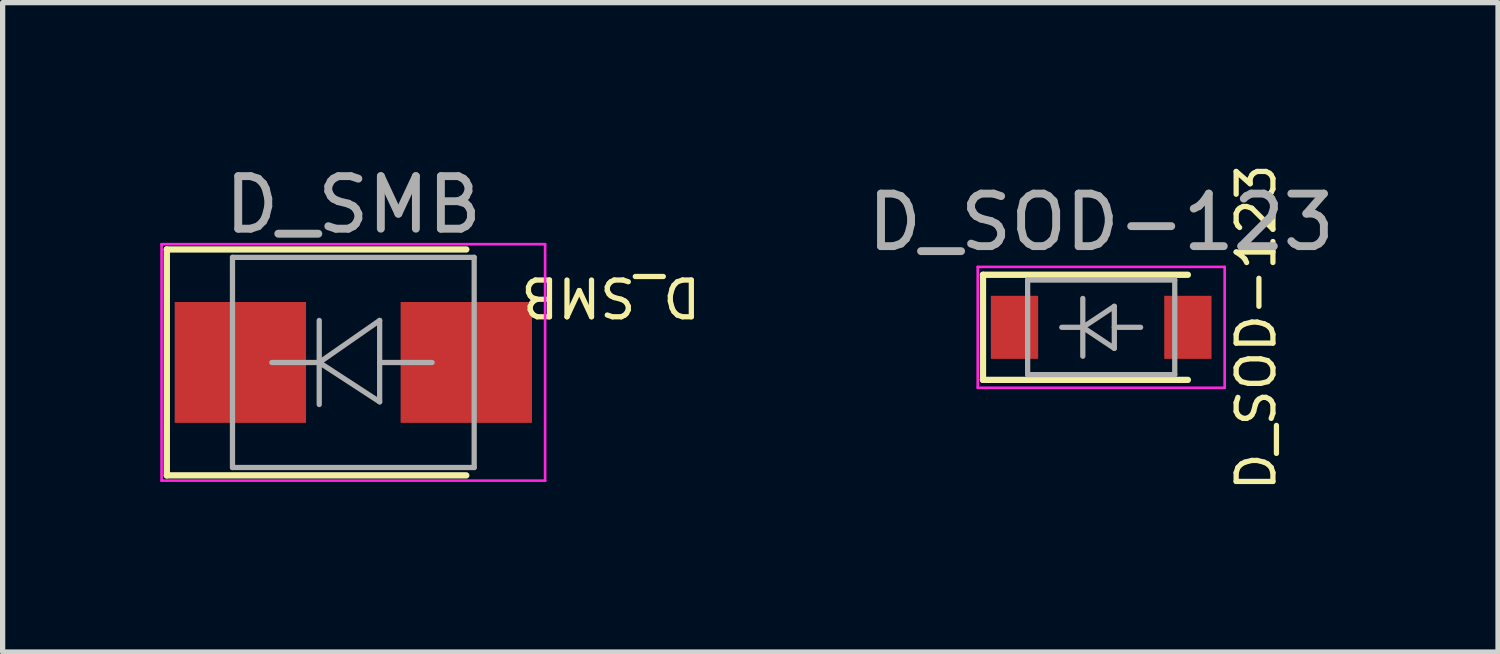
<source format=kicad_pcb>
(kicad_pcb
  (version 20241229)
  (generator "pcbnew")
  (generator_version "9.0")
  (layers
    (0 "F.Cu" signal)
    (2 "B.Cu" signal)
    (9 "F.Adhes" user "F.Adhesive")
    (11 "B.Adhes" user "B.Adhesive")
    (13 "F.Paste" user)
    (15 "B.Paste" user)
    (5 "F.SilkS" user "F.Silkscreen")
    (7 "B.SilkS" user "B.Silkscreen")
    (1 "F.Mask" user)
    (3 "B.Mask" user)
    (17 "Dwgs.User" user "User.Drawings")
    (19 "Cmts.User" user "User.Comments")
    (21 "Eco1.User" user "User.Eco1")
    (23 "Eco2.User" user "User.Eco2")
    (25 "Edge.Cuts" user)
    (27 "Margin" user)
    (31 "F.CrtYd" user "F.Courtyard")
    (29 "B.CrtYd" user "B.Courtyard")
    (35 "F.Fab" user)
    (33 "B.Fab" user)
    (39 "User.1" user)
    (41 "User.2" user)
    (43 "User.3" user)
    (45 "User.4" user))
  (footprint "D_SOD-123"
    (layer "F.Cu")
    (at 17.909 3.18)
    (property "Reference" "D_SOD-123" (at 2.95 0 90) (unlocked yes) (layer "F.SilkS") (effects (font (size 0.7 0.7) (thickness 0.1))))
    (attr smd)
    (fp_line (start -2.25 -1) (end -2.25 1) (stroke (width 0.12) (type solid)) (layer "F.SilkS"))
    (fp_line (start -2.25 -1) (end 1.65 -1) (stroke (width 0.12) (type solid)) (layer "F.SilkS"))
    (fp_line (start -2.25 1) (end 1.65 1) (stroke (width 0.12) (type solid)) (layer "F.SilkS"))
    (fp_line (start -2.35 -1.15) (end -2.35 1.15) (stroke (width 0.05) (type solid)) (layer "F.CrtYd"))
    (fp_line (start -2.35 -1.15) (end 2.35 -1.15) (stroke (width 0.05) (type solid)) (layer "F.CrtYd"))
    (fp_line (start 2.35 -1.15) (end 2.35 1.15) (stroke (width 0.05) (type solid)) (layer "F.CrtYd"))
    (fp_line (start 2.35 1.15) (end -2.35 1.15) (stroke (width 0.05) (type solid)) (layer "F.CrtYd"))
    (fp_line (start -1.4 -0.9) (end 1.4 -0.9) (stroke (width 0.1) (type solid)) (layer "F.Fab"))
    (fp_line (start -1.4 0.9) (end -1.4 -0.9) (stroke (width 0.1) (type solid)) (layer "F.Fab"))
    (fp_line (start -0.75 0) (end -0.35 0) (stroke (width 0.1) (type solid)) (layer "F.Fab"))
    (fp_line (start -0.35 0) (end -0.35 -0.55) (stroke (width 0.1) (type solid)) (layer "F.Fab"))
    (fp_line (start -0.35 0) (end -0.35 0.55) (stroke (width 0.1) (type solid)) (layer "F.Fab"))
    (fp_line (start -0.35 0) (end 0.25 -0.4) (stroke (width 0.1) (type solid)) (layer "F.Fab"))
    (fp_line (start 0.25 -0.4) (end 0.25 0.4) (stroke (width 0.1) (type solid)) (layer "F.Fab"))
    (fp_line (start 0.25 0) (end 0.75 0) (stroke (width 0.1) (type solid)) (layer "F.Fab"))
    (fp_line (start 0.25 0.4) (end -0.35 0) (stroke (width 0.1) (type solid)) (layer "F.Fab"))
    (fp_line (start 1.4 -0.9) (end 1.4 0.9) (stroke (width 0.1) (type solid)) (layer "F.Fab"))
    (fp_line (start 1.4 0.9) (end -1.4 0.9) (stroke (width 0.1) (type solid)) (layer "F.Fab"))
    (fp_text user "${REFERENCE}" (at 0 -2 180) (layer "F.Fab") (effects (font (size 1 1) (thickness 0.15))))
    (pad "1" smd rect (at -1.65 0) (size 0.9 1.2) (layers "F.Cu" "F.Mask" "F.Paste"))
    (pad "2" smd rect (at 1.65 0) (size 0.9 1.2) (layers "F.Cu" "F.Mask" "F.Paste")))
  (footprint "D_SMB"
    (layer "F.Cu")
    (at 3.675 3.848)
    (property "Reference" "D_SMB" (at 4.9 -1.25 180) (unlocked yes) (layer "F.SilkS") (effects (font (size 0.7 0.7) (thickness 0.1))))
    (attr smd)
    (fp_line (start -3.55 -2.15) (end -3.55 2.15) (stroke (width 0.12) (type solid)) (layer "F.SilkS"))
    (fp_line (start -3.55 -2.15) (end 2.15 -2.15) (stroke (width 0.12) (type solid)) (layer "F.SilkS"))
    (fp_line (start -3.55 2.15) (end 2.15 2.15) (stroke (width 0.12) (type solid)) (layer "F.SilkS"))
    (fp_line (start -3.65 -2.25) (end 3.65 -2.25) (stroke (width 0.05) (type solid)) (layer "F.CrtYd"))
    (fp_line (start -3.65 2.25) (end -3.65 -2.25) (stroke (width 0.05) (type solid)) (layer "F.CrtYd"))
    (fp_line (start 3.65 -2.25) (end 3.65 2.25) (stroke (width 0.05) (type solid)) (layer "F.CrtYd"))
    (fp_line (start 3.65 2.25) (end -3.65 2.25) (stroke (width 0.05) (type solid)) (layer "F.CrtYd"))
    (fp_line (start -2.3 2) (end -2.3 -2) (stroke (width 0.1) (type solid)) (layer "F.Fab"))
    (fp_line (start -0.649 -0.799) (end -0.649 0.801) (stroke (width 0.1) (type solid)) (layer "F.Fab"))
    (fp_line (start -0.649 0.001) (end -1.551 0.001) (stroke (width 0.1) (type solid)) (layer "F.Fab"))
    (fp_line (start -0.649 0.001) (end 0.501 -0.799) (stroke (width 0.1) (type solid)) (layer "F.Fab"))
    (fp_line (start -0.649 0.001) (end 0.501 0.75) (stroke (width 0.1) (type solid)) (layer "F.Fab"))
    (fp_line (start 0.501 0.001) (end 1.499 0.001) (stroke (width 0.1) (type solid)) (layer "F.Fab"))
    (fp_line (start 0.501 0.75) (end 0.501 -0.799) (stroke (width 0.1) (type solid)) (layer "F.Fab"))
    (fp_line (start 2.3 -2) (end -2.3 -2) (stroke (width 0.1) (type solid)) (layer "F.Fab"))
    (fp_line (start 2.3 -2) (end 2.3 2) (stroke (width 0.1) (type solid)) (layer "F.Fab"))
    (fp_line (start 2.3 2) (end -2.3 2) (stroke (width 0.1) (type solid)) (layer "F.Fab"))
    (fp_text user "${REFERENCE}" (at 0 -3 180) (layer "F.Fab") (effects (font (size 1 1) (thickness 0.15))))
    (pad "1" smd rect (at -2.15 0) (size 2.5 2.3) (layers "F.Cu" "F.Mask" "F.Paste"))
    (pad "2" smd rect (at 2.15 0) (size 2.5 2.3) (layers "F.Cu" "F.Mask" "F.Paste")))
  (gr_rect
    (start -3 -3)
    (end 25.462 9.36)
    (stroke (width 0.1) (type default))
    (fill no)
    (layer "Edge.Cuts")))
</source>
